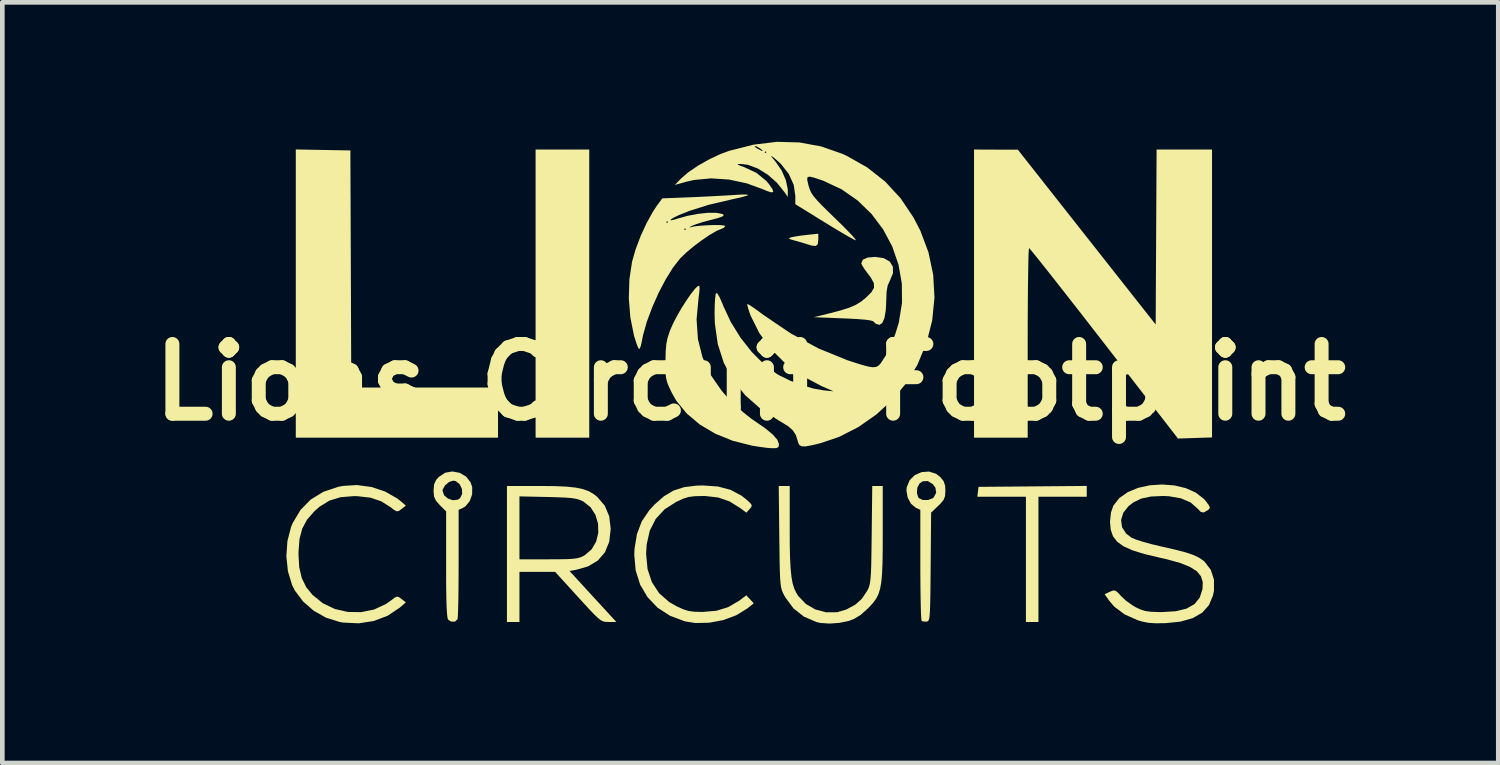
<source format=kicad_pcb>
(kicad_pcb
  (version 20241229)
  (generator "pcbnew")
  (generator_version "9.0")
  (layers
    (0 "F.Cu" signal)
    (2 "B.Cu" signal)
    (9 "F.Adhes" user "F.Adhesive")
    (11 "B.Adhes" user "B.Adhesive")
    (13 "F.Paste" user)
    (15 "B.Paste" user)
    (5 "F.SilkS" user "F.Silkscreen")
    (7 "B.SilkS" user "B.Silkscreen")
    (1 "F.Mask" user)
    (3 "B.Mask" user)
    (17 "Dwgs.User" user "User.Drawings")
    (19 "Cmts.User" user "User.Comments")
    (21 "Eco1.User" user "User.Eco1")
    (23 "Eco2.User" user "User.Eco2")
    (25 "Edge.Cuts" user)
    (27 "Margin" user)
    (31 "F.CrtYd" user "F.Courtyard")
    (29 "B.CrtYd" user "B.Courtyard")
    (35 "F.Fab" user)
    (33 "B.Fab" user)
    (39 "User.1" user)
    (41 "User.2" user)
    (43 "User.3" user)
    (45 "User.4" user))
  (footprint "Lions Circuit Footprint"
    (layer "F.Cu")
    (at 13.086 5.169)
    (property "Reference" "Lions Circuit Footprint" (at 0 0 0) (layer "F.SilkS") (effects (font (size 1.5 1.5) (thickness 0.3))))
    (attr board_only exclude_from_pos_files exclude_from_bom)
    (fp_poly (pts (xy -3.464 -1.905) (xy -3.464 1.193) (xy -4.041 1.193) (xy -4.618 1.193) (xy -4.618 -1.905) (xy -4.618 -5.003) (xy -4.041 -5.003) (xy -3.464 -5.003)) (stroke (width 0) (type solid)) (fill yes) (layer "F.SilkS"))
    (fp_poly (pts (xy -9.188 -4.994) (xy -8.601 -4.984) (xy -8.591 -2.434) (xy -8.582 0.115) (xy -7.004 0.115) (xy -5.426 0.115) (xy -5.426 0.654) (xy -5.426 1.193) (xy -7.601 1.193) (xy -9.775 1.193) (xy -9.775 -1.906) (xy -9.775 -5.005)) (stroke (width 0) (type solid)) (fill yes) (layer "F.SilkS"))
    (fp_poly (pts (xy 1.462 -3.059) (xy 1.451 -2.968) (xy 1.408 -2.929) (xy 1.321 -2.937) (xy 1.232 -2.964) (xy 1.134 -2.995) (xy 1.005 -3.032) (xy 0.962 -3.044) (xy 0.862 -3.072) (xy 0.829 -3.091) (xy 0.855 -3.107) (xy 0.885 -3.117) (xy 0.975 -3.135) (xy 1.109 -3.155) (xy 1.222 -3.168) (xy 1.462 -3.193)) (stroke (width 0) (type solid)) (fill yes) (layer "F.SilkS"))
    (fp_poly (pts (xy 7.235 2.347) (xy 7.235 2.463) (xy 6.716 2.463) (xy 6.196 2.463) (xy 6.196 3.81) (xy 6.196 5.157) (xy 6.061 5.157) (xy 5.927 5.157) (xy 5.927 3.81) (xy 5.927 2.463) (xy 5.405 2.463) (xy 4.882 2.463) (xy 4.895 2.357) (xy 4.907 2.251) (xy 6.071 2.241) (xy 7.235 2.231)) (stroke (width 0) (type solid)) (fill yes) (layer "F.SilkS"))
    (fp_poly (pts (xy 9.929 -1.908) (xy 9.929 1.188) (xy 9.563 1.2) (xy 9.197 1.212) (xy 7.61 -0.835) (xy 7.34 -1.182) (xy 7.085 -1.511) (xy 6.846 -1.816) (xy 6.629 -2.093) (xy 6.438 -2.336) (xy 6.275 -2.541) (xy 6.146 -2.703) (xy 6.054 -2.816) (xy 6.003 -2.876) (xy 5.994 -2.884) (xy 5.989 -2.847) (xy 5.983 -2.741) (xy 5.979 -2.571) (xy 5.975 -2.346) (xy 5.971 -2.071) (xy 5.968 -1.756) (xy 5.966 -1.405) (xy 5.965 -1.028) (xy 5.965 -0.847) (xy 5.965 1.193) (xy 5.388 1.193) (xy 4.811 1.193) (xy 4.811 -1.905) (xy 4.811 -5.003) (xy 5.282 -5.001) (xy 5.753 -5) (xy 7.235 -3.12) (xy 8.717 -1.241) (xy 8.727 -3.122) (xy 8.737 -5.003) (xy 9.333 -5.003) (xy 9.929 -5.003)) (stroke (width 0) (type solid)) (fill yes) (layer "F.SilkS"))
    (fp_poly (pts (xy 2.868 -2.668) (xy 2.997 -2.595) (xy 3.065 -2.485) (xy 3.068 -2.344) (xy 3.002 -2.185) (xy 2.954 -2.079) (xy 2.93 -1.942) (xy 2.925 -1.79) (xy 2.914 -1.555) (xy 2.885 -1.381) (xy 2.837 -1.271) (xy 2.774 -1.232) (xy 2.771 -1.232) (xy 2.694 -1.259) (xy 2.666 -1.289) (xy 2.638 -1.312) (xy 2.575 -1.33) (xy 2.469 -1.344) (xy 2.309 -1.357) (xy 2.085 -1.369) (xy 2 -1.372) (xy 1.367 -1.398) (xy 1.713 -1.483) (xy 1.952 -1.546) (xy 2.132 -1.604) (xy 2.271 -1.665) (xy 2.386 -1.736) (xy 2.479 -1.811) (xy 2.602 -1.932) (xy 2.66 -2.032) (xy 2.657 -2.13) (xy 2.594 -2.246) (xy 2.54 -2.318) (xy 2.46 -2.425) (xy 2.405 -2.512) (xy 2.386 -2.557) (xy 2.42 -2.634) (xy 2.523 -2.68) (xy 2.684 -2.694)) (stroke (width 0) (type solid)) (fill yes) (layer "F.SilkS"))
    (fp_poly (pts (xy -1.091 -2.025) (xy -1.098 -1.925) (xy -1.114 -1.804) (xy -1.156 -1.351) (xy -1.127 -0.928) (xy -1.028 -0.533) (xy -0.857 -0.162) (xy -0.613 0.189) (xy -0.477 0.344) (xy -0.322 0.497) (xy -0.149 0.65) (xy 0.016 0.781) (xy 0.09 0.833) (xy 0.321 0.992) (xy 0.483 1.126) (xy 0.58 1.237) (xy 0.616 1.328) (xy 0.616 1.335) (xy 0.606 1.394) (xy 0.561 1.418) (xy 0.471 1.42) (xy 0.361 1.412) (xy 0.208 1.392) (xy 0.043 1.366) (xy 0.033 1.364) (xy -0.379 1.26) (xy -0.755 1.107) (xy -1.088 0.91) (xy -1.368 0.673) (xy -1.589 0.404) (xy -1.683 0.239) (xy -1.748 0.104) (xy -1.79 -0.000372) (xy -1.813 -0.099) (xy -1.824 -0.217) (xy -1.826 -0.377) (xy -1.825 -0.46) (xy -1.82 -0.664) (xy -1.807 -0.818) (xy -1.781 -0.948) (xy -1.738 -1.08) (xy -1.721 -1.126) (xy -1.657 -1.27) (xy -1.573 -1.431) (xy -1.477 -1.597) (xy -1.376 -1.755) (xy -1.28 -1.894) (xy -1.196 -2.002) (xy -1.132 -2.065) (xy -1.098 -2.073)) (stroke (width 0) (type solid)) (fill yes) (layer "F.SilkS"))
    (fp_poly (pts (xy -6.251 1.949) (xy -6.115 2.028) (xy -6.017 2.152) (xy -5.981 2.258) (xy -5.982 2.411) (xy -6.034 2.557) (xy -6.124 2.668) (xy -6.177 2.701) (xy -6.273 2.745) (xy -6.273 3.89) (xy -6.274 4.182) (xy -6.276 4.45) (xy -6.279 4.685) (xy -6.284 4.876) (xy -6.289 5.014) (xy -6.295 5.088) (xy -6.296 5.096) (xy -6.35 5.148) (xy -6.432 5.149) (xy -6.496 5.111) (xy -6.511 5.073) (xy -6.522 4.988) (xy -6.531 4.849) (xy -6.537 4.653) (xy -6.541 4.392) (xy -6.542 4.062) (xy -6.542 3.922) (xy -6.542 2.779) (xy -6.677 2.644) (xy -6.762 2.547) (xy -6.802 2.457) (xy -6.812 2.337) (xy -6.812 2.335) (xy -6.619 2.335) (xy -6.586 2.432) (xy -6.503 2.503) (xy -6.397 2.539) (xy -6.292 2.527) (xy -6.242 2.494) (xy -6.196 2.401) (xy -6.203 2.292) (xy -6.252 2.193) (xy -6.334 2.128) (xy -6.391 2.117) (xy -6.48 2.147) (xy -6.565 2.22) (xy -6.615 2.307) (xy -6.619 2.335) (xy -6.812 2.335) (xy -6.812 2.329) (xy -6.801 2.199) (xy -6.76 2.106) (xy -6.699 2.037) (xy -6.562 1.947) (xy -6.407 1.92)) (stroke (width 0) (type solid)) (fill yes) (layer "F.SilkS"))
    (fp_poly (pts (xy 3.993 1.969) (xy 4.082 2.037) (xy 4.156 2.127) (xy 4.189 2.224) (xy 4.195 2.331) (xy 4.188 2.446) (xy 4.158 2.529) (xy 4.089 2.613) (xy 4.041 2.659) (xy 3.888 2.805) (xy 3.878 3.971) (xy 3.875 4.301) (xy 3.872 4.563) (xy 3.868 4.763) (xy 3.863 4.911) (xy 3.856 5.014) (xy 3.847 5.082) (xy 3.834 5.121) (xy 3.818 5.14) (xy 3.797 5.148) (xy 3.789 5.149) (xy 3.713 5.146) (xy 3.683 5.133) (xy 3.677 5.089) (xy 3.67 4.978) (xy 3.665 4.809) (xy 3.661 4.591) (xy 3.658 4.336) (xy 3.656 4.051) (xy 3.656 3.925) (xy 3.656 2.745) (xy 3.56 2.701) (xy 3.455 2.615) (xy 3.384 2.482) (xy 3.366 2.38) (xy 3.582 2.38) (xy 3.611 2.476) (xy 3.625 2.494) (xy 3.711 2.534) (xy 3.824 2.533) (xy 3.923 2.495) (xy 3.942 2.48) (xy 3.997 2.378) (xy 3.98 2.268) (xy 3.925 2.194) (xy 3.817 2.126) (xy 3.708 2.131) (xy 3.64 2.177) (xy 3.592 2.267) (xy 3.582 2.38) (xy 3.366 2.38) (xy 3.357 2.329) (xy 3.364 2.258) (xy 3.427 2.107) (xy 3.539 1.997) (xy 3.684 1.934) (xy 3.841 1.922)) (stroke (width 0) (type solid)) (fill yes) (layer "F.SilkS"))
    (fp_poly (pts (xy -8.148 2.254) (xy -7.853 2.352) (xy -7.594 2.5) (xy -7.524 2.555) (xy -7.408 2.654) (xy -7.502 2.728) (xy -7.562 2.771) (xy -7.609 2.777) (xy -7.669 2.742) (xy -7.733 2.691) (xy -7.937 2.562) (xy -8.169 2.484) (xy -8.445 2.452) (xy -8.524 2.45) (xy -8.81 2.473) (xy -9.052 2.547) (xy -9.266 2.679) (xy -9.378 2.779) (xy -9.533 2.957) (xy -9.636 3.148) (xy -9.695 3.371) (xy -9.716 3.643) (xy -9.717 3.695) (xy -9.701 3.979) (xy -9.647 4.211) (xy -9.551 4.408) (xy -9.417 4.573) (xy -9.194 4.754) (xy -8.936 4.877) (xy -8.656 4.941) (xy -8.37 4.945) (xy -8.091 4.889) (xy -7.836 4.77) (xy -7.733 4.698) (xy -7.647 4.632) (xy -7.594 4.61) (xy -7.547 4.628) (xy -7.502 4.662) (xy -7.408 4.735) (xy -7.54 4.849) (xy -7.8 5.023) (xy -8.099 5.136) (xy -8.423 5.186) (xy -8.761 5.169) (xy -8.838 5.155) (xy -9.126 5.064) (xy -9.391 4.914) (xy -9.618 4.716) (xy -9.793 4.484) (xy -9.854 4.364) (xy -9.944 4.067) (xy -9.978 3.743) (xy -9.955 3.417) (xy -9.876 3.113) (xy -9.841 3.028) (xy -9.674 2.748) (xy -9.455 2.525) (xy -9.186 2.359) (xy -8.865 2.251) (xy -8.762 2.231) (xy -8.458 2.212)) (stroke (width 0) (type solid)) (fill yes) (layer "F.SilkS"))
    (fp_poly (pts (xy -0.697 2.243) (xy -0.425 2.315) (xy -0.191 2.44) (xy -0.092 2.517) (xy -0.006 2.595) (xy 0.03 2.643) (xy 0.022 2.683) (xy -0.014 2.727) (xy -0.086 2.806) (xy -0.209 2.713) (xy -0.443 2.566) (xy -0.689 2.48) (xy -0.969 2.448) (xy -1.025 2.448) (xy -1.198 2.452) (xy -1.328 2.469) (xy -1.448 2.507) (xy -1.591 2.573) (xy -1.844 2.734) (xy -2.034 2.94) (xy -2.162 3.191) (xy -2.229 3.489) (xy -2.241 3.695) (xy -2.21 4.021) (xy -2.116 4.302) (xy -1.961 4.538) (xy -1.745 4.728) (xy -1.59 4.817) (xy -1.447 4.882) (xy -1.329 4.92) (xy -1.201 4.937) (xy -1.032 4.941) (xy -1.025 4.941) (xy -0.73 4.916) (xy -0.475 4.837) (xy -0.238 4.698) (xy -0.209 4.677) (xy -0.087 4.583) (xy -0.006 4.669) (xy 0.074 4.755) (xy -0.066 4.867) (xy -0.302 5.012) (xy -0.582 5.116) (xy -0.883 5.173) (xy -1.182 5.179) (xy -1.405 5.144) (xy -1.724 5.025) (xy -1.994 4.85) (xy -2.21 4.624) (xy -2.369 4.355) (xy -2.466 4.048) (xy -2.496 3.71) (xy -2.49 3.581) (xy -2.438 3.265) (xy -2.335 2.994) (xy -2.172 2.752) (xy -2.062 2.633) (xy -1.857 2.453) (xy -1.651 2.33) (xy -1.423 2.257) (xy -1.153 2.224) (xy -1.02 2.221)) (stroke (width 0) (type solid)) (fill yes) (layer "F.SilkS"))
    (fp_poly (pts (xy 0.847 3.131) (xy 0.848 3.484) (xy 0.854 3.77) (xy 0.866 3.999) (xy 0.884 4.18) (xy 0.909 4.323) (xy 0.944 4.437) (xy 0.99 4.533) (xy 1.031 4.599) (xy 1.195 4.77) (xy 1.401 4.889) (xy 1.63 4.949) (xy 1.866 4.947) (xy 2.062 4.89) (xy 2.257 4.785) (xy 2.4 4.656) (xy 2.515 4.483) (xy 2.54 4.434) (xy 2.559 4.38) (xy 2.574 4.313) (xy 2.585 4.223) (xy 2.594 4.099) (xy 2.6 3.933) (xy 2.604 3.714) (xy 2.608 3.432) (xy 2.61 3.281) (xy 2.622 2.232) (xy 2.735 2.232) (xy 2.848 2.232) (xy 2.848 3.245) (xy 2.847 3.6) (xy 2.843 3.887) (xy 2.833 4.117) (xy 2.817 4.299) (xy 2.791 4.443) (xy 2.755 4.559) (xy 2.706 4.656) (xy 2.641 4.744) (xy 2.56 4.834) (xy 2.523 4.871) (xy 2.371 5.006) (xy 2.229 5.092) (xy 2.115 5.135) (xy 1.916 5.176) (xy 1.703 5.191) (xy 1.509 5.178) (xy 1.424 5.159) (xy 1.151 5.041) (xy 0.928 4.865) (xy 0.753 4.628) (xy 0.726 4.58) (xy 0.699 4.526) (xy 0.678 4.474) (xy 0.662 4.411) (xy 0.65 4.329) (xy 0.641 4.219) (xy 0.635 4.069) (xy 0.63 3.871) (xy 0.627 3.615) (xy 0.623 3.319) (xy 0.611 2.232) (xy 0.729 2.232) (xy 0.847 2.232)) (stroke (width 0) (type solid)) (fill yes) (layer "F.SilkS"))
    (fp_poly (pts (xy -4.209 2.235) (xy -3.954 2.246) (xy -3.753 2.267) (xy -3.595 2.301) (xy -3.468 2.348) (xy -3.361 2.412) (xy -3.293 2.466) (xy -3.131 2.655) (xy -3.035 2.882) (xy -3.003 3.15) (xy -3.003 3.158) (xy -3.034 3.431) (xy -3.126 3.657) (xy -3.278 3.834) (xy -3.488 3.961) (xy -3.743 4.034) (xy -3.888 4.06) (xy -3.385 4.609) (xy -2.881 5.157) (xy -3.049 5.157) (xy -3.108 5.155) (xy -3.16 5.146) (xy -3.212 5.121) (xy -3.275 5.073) (xy -3.358 4.994) (xy -3.47 4.877) (xy -3.619 4.714) (xy -3.707 4.618) (xy -4.198 4.079) (xy -4.581 4.079) (xy -4.965 4.079) (xy -4.965 4.618) (xy -4.965 5.157) (xy -5.099 5.157) (xy -5.234 5.157) (xy -5.234 3.695) (xy -5.234 3.133) (xy -4.965 3.133) (xy -4.965 3.81) (xy -4.339 3.809) (xy -4.103 3.808) (xy -3.929 3.805) (xy -3.804 3.797) (xy -3.715 3.784) (xy -3.647 3.764) (xy -3.585 3.735) (xy -3.564 3.723) (xy -3.414 3.596) (xy -3.316 3.43) (xy -3.27 3.24) (xy -3.275 3.042) (xy -3.331 2.853) (xy -3.436 2.689) (xy -3.592 2.566) (xy -3.598 2.563) (xy -3.668 2.531) (xy -3.746 2.508) (xy -3.847 2.492) (xy -3.987 2.481) (xy -4.178 2.474) (xy -4.358 2.469) (xy -4.965 2.456) (xy -4.965 3.133) (xy -5.234 3.133) (xy -5.234 2.232) (xy -4.529 2.232)) (stroke (width 0) (type solid)) (fill yes) (layer "F.SilkS"))
    (fp_poly (pts (xy 9.117 2.22) (xy 9.364 2.278) (xy 9.582 2.376) (xy 9.758 2.514) (xy 9.803 2.567) (xy 9.865 2.652) (xy 9.883 2.701) (xy 9.86 2.735) (xy 9.833 2.756) (xy 9.751 2.802) (xy 9.688 2.79) (xy 9.617 2.717) (xy 9.467 2.586) (xy 9.258 2.497) (xy 8.998 2.452) (xy 8.873 2.447) (xy 8.615 2.459) (xy 8.41 2.502) (xy 8.241 2.583) (xy 8.137 2.662) (xy 8.021 2.807) (xy 7.973 2.963) (xy 7.994 3.118) (xy 8.082 3.256) (xy 8.198 3.344) (xy 8.292 3.384) (xy 8.443 3.432) (xy 8.63 3.484) (xy 8.833 3.532) (xy 8.862 3.539) (xy 9.144 3.603) (xy 9.361 3.66) (xy 9.525 3.715) (xy 9.648 3.773) (xy 9.741 3.836) (xy 9.769 3.86) (xy 9.903 4.036) (xy 9.971 4.246) (xy 9.971 4.481) (xy 9.949 4.589) (xy 9.862 4.796) (xy 9.717 4.958) (xy 9.512 5.075) (xy 9.246 5.15) (xy 8.928 5.182) (xy 8.718 5.185) (xy 8.555 5.174) (xy 8.412 5.144) (xy 8.339 5.122) (xy 8.052 4.996) (xy 7.828 4.828) (xy 7.721 4.703) (xy 7.619 4.56) (xy 7.732 4.507) (xy 7.802 4.479) (xy 7.853 4.484) (xy 7.912 4.532) (xy 7.969 4.596) (xy 8.079 4.699) (xy 8.219 4.799) (xy 8.29 4.841) (xy 8.395 4.89) (xy 8.494 4.921) (xy 8.612 4.937) (xy 8.772 4.943) (xy 8.852 4.944) (xy 9.148 4.926) (xy 9.38 4.87) (xy 9.552 4.772) (xy 9.665 4.632) (xy 9.724 4.45) (xy 9.73 4.3) (xy 9.691 4.174) (xy 9.602 4.066) (xy 9.456 3.973) (xy 9.248 3.889) (xy 8.972 3.812) (xy 8.799 3.773) (xy 8.473 3.695) (xy 8.218 3.616) (xy 8.025 3.529) (xy 7.887 3.429) (xy 7.798 3.311) (xy 7.75 3.171) (xy 7.735 3.005) (xy 7.755 2.805) (xy 7.807 2.655) (xy 7.935 2.492) (xy 8.118 2.364) (xy 8.341 2.272) (xy 8.592 2.217) (xy 8.855 2.2)) (stroke (width 0) (type solid)) (fill yes) (layer "F.SilkS"))
    (fp_poly (pts (xy -0.044 -4.028) (xy -0.044 -4.024) (xy -0.09 -4.006) (xy -0.194 -3.977) (xy -0.338 -3.944) (xy -0.434 -3.923) (xy -0.897 -3.814) (xy -1.303 -3.686) (xy -1.534 -3.594) (xy -1.657 -3.534) (xy -1.716 -3.495) (xy -1.709 -3.481) (xy -1.636 -3.495) (xy -1.553 -3.521) (xy -1.349 -3.578) (xy -1.126 -3.62) (xy -0.912 -3.643) (xy -0.736 -3.642) (xy -0.706 -3.638) (xy -0.603 -3.617) (xy -0.568 -3.593) (xy -0.602 -3.563) (xy -0.708 -3.526) (xy -0.866 -3.485) (xy -1.02 -3.444) (xy -1.159 -3.4) (xy -1.251 -3.364) (xy -1.307 -3.334) (xy -1.302 -3.329) (xy -1.289 -3.332) (xy -1.199 -3.351) (xy -1.07 -3.365) (xy -0.923 -3.375) (xy -0.776 -3.38) (xy -0.651 -3.378) (xy -0.565 -3.37) (xy -0.539 -3.358) (xy -0.571 -3.319) (xy -0.625 -3.296) (xy -0.731 -3.251) (xy -0.876 -3.166) (xy -1.043 -3.053) (xy -1.214 -2.925) (xy -1.372 -2.793) (xy -1.5 -2.67) (xy -1.509 -2.661) (xy -1.663 -2.465) (xy -1.82 -2.212) (xy -1.972 -1.922) (xy -2.109 -1.613) (xy -2.224 -1.305) (xy -2.306 -1.017) (xy -2.334 -0.875) (xy -2.356 -0.776) (xy -2.382 -0.717) (xy -2.387 -0.711) (xy -2.41 -0.737) (xy -2.445 -0.822) (xy -2.486 -0.95) (xy -2.504 -1.011) (xy -2.58 -1.392) (xy -2.613 -1.801) (xy -2.601 -2.21) (xy -2.544 -2.587) (xy -2.542 -2.596) (xy -2.465 -2.863) (xy -2.356 -3.15) (xy -2.291 -3.29) (xy -1.424 -3.29) (xy -1.405 -3.271) (xy -1.385 -3.29) (xy -1.405 -3.31) (xy -1.424 -3.29) (xy -2.291 -3.29) (xy -2.226 -3.431) (xy -2.218 -3.444) (xy -1.809 -3.444) (xy -1.79 -3.425) (xy -1.77 -3.444) (xy -1.79 -3.464) (xy -1.809 -3.444) (xy -2.218 -3.444) (xy -2.088 -3.678) (xy -2.01 -3.795) (xy -1.893 -3.953) (xy -1.264 -3.978) (xy -1.022 -3.989) (xy -0.78 -4.001) (xy -0.56 -4.013) (xy -0.384 -4.023) (xy -0.327 -4.027) (xy -0.188 -4.035) (xy -0.088 -4.035)) (stroke (width 0) (type solid)) (fill yes) (layer "F.SilkS"))
    (fp_poly (pts (xy 1.053 -5.156) (xy 1.52 -5.071) (xy 1.974 -4.913) (xy 2.075 -4.867) (xy 2.513 -4.619) (xy 2.898 -4.316) (xy 3.23 -3.957) (xy 3.509 -3.542) (xy 3.656 -3.259) (xy 3.832 -2.79) (xy 3.933 -2.308) (xy 3.96 -1.821) (xy 3.912 -1.332) (xy 3.79 -0.849) (xy 3.594 -0.376) (xy 3.589 -0.365) (xy 3.352 0.022) (xy 3.055 0.38) (xy 2.707 0.697) (xy 2.322 0.966) (xy 1.91 1.176) (xy 1.512 1.311) (xy 1.319 1.357) (xy 1.188 1.381) (xy 1.103 1.379) (xy 1.054 1.351) (xy 1.027 1.296) (xy 1.018 1.261) (xy 0.979 1.136) (xy 0.915 1.037) (xy 0.812 0.946) (xy 0.653 0.848) (xy 0.62 0.83) (xy 0.222 0.574) (xy -0.109 0.282) (xy -0.373 -0.048) (xy -0.57 -0.415) (xy -0.7 -0.82) (xy -0.763 -1.263) (xy -0.769 -1.478) (xy -0.766 -1.647) (xy -0.758 -1.789) (xy -0.746 -1.886) (xy -0.738 -1.915) (xy -0.709 -1.907) (xy -0.662 -1.829) (xy -0.598 -1.684) (xy -0.582 -1.641) (xy -0.419 -1.292) (xy -0.211 -0.957) (xy 0.03 -0.651) (xy 0.292 -0.388) (xy 0.563 -0.183) (xy 0.633 -0.142) (xy 0.86 -0.031) (xy 1.113 0.065) (xy 1.361 0.138) (xy 1.57 0.175) (xy 1.79 0.197) (xy 1.532 0.084) (xy 1.122 -0.133) (xy 0.757 -0.4) (xy 0.445 -0.711) (xy 0.192 -1.058) (xy 0.005 -1.434) (xy -0.02 -1.504) (xy -0.052 -1.605) (xy -0.065 -1.67) (xy -0.063 -1.682) (xy -0.028 -1.666) (xy 0.054 -1.612) (xy 0.171 -1.529) (xy 0.283 -1.446) (xy 0.865 -1.051) (xy 1.465 -0.726) (xy 2.08 -0.475) (xy 2.164 -0.447) (xy 2.375 -0.38) (xy 2.527 -0.338) (xy 2.632 -0.321) (xy 2.705 -0.328) (xy 2.758 -0.357) (xy 2.804 -0.406) (xy 2.912 -0.572) (xy 3.02 -0.79) (xy 3.117 -1.034) (xy 3.193 -1.28) (xy 3.194 -1.286) (xy 3.262 -1.705) (xy 3.258 -2.122) (xy 3.186 -2.53) (xy 3.051 -2.921) (xy 2.856 -3.286) (xy 2.607 -3.617) (xy 2.308 -3.907) (xy 1.964 -4.147) (xy 1.578 -4.328) (xy 1.523 -4.348) (xy 1.367 -4.4) (xy 1.273 -4.421) (xy 1.229 -4.407) (xy 1.223 -4.352) (xy 1.246 -4.252) (xy 1.253 -4.224) (xy 1.277 -4.148) (xy 1.308 -4.078) (xy 1.357 -4.004) (xy 1.431 -3.916) (xy 1.538 -3.803) (xy 1.688 -3.655) (xy 1.817 -3.53) (xy 1.975 -3.376) (xy 2.106 -3.243) (xy 2.204 -3.139) (xy 2.261 -3.072) (xy 2.27 -3.049) (xy 2.27 -3.049) (xy 2.219 -3.072) (xy 2.115 -3.129) (xy 1.969 -3.214) (xy 1.791 -3.32) (xy 1.593 -3.441) (xy 1.589 -3.444) (xy 0.967 -3.828) (xy 0.968 -4.004) (xy 0.933 -4.244) (xy 0.827 -4.478) (xy 0.657 -4.694) (xy 0.52 -4.817) (xy 0.459 -4.862) (xy 0.444 -4.866) (xy 0.474 -4.825) (xy 0.546 -4.738) (xy 0.673 -4.553) (xy 0.763 -4.347) (xy 0.805 -4.15) (xy 0.806 -4.101) (xy 0.804 -3.983) (xy 0.741 -4.079) (xy 0.575 -4.286) (xy 0.377 -4.461) (xy 0.163 -4.594) (xy -0.052 -4.675) (xy -0.209 -4.694) (xy -0.268 -4.69) (xy -0.27 -4.678) (xy -0.209 -4.652) (xy -0.134 -4.626) (xy 0.134 -4.5) (xy 0.344 -4.328) (xy 0.404 -4.256) (xy 0.477 -4.149) (xy 0.493 -4.091) (xy 0.449 -4.082) (xy 0.344 -4.117) (xy 0.295 -4.139) (xy -0.076 -4.276) (xy -0.461 -4.358) (xy -0.845 -4.383) (xy -1.208 -4.349) (xy -1.361 -4.315) (xy -1.623 -4.242) (xy -1.495 -4.375) (xy -1.337 -4.512) (xy -1.127 -4.655) (xy -0.888 -4.79) (xy -0.643 -4.906) (xy -0.536 -4.945) (xy 0.308 -4.945) (xy 0.327 -4.926) (xy 0.346 -4.945) (xy 0.327 -4.965) (xy 0.308 -4.945) (xy -0.536 -4.945) (xy -0.455 -4.975) (xy -0.113 -5.062) (xy 0.097 -5.062) (xy 0.151 -5.024) (xy 0.154 -5.022) (xy 0.239 -4.978) (xy 0.27 -4.971) (xy 0.24 -5.003) (xy 0.214 -5.023) (xy 0.14 -5.067) (xy 0.098 -5.079) (xy 0.097 -5.062) (xy -0.113 -5.062) (xy 0.069 -5.108) (xy 0.571 -5.169)) (stroke (width 0) (type solid)) (fill yes) (layer "F.SilkS")))
  (gr_rect
    (start -3 -3)
    (end 29.171 13.359)
    (stroke (width 0.1) (type default))
    (fill no)
    (layer "Edge.Cuts")))
</source>
